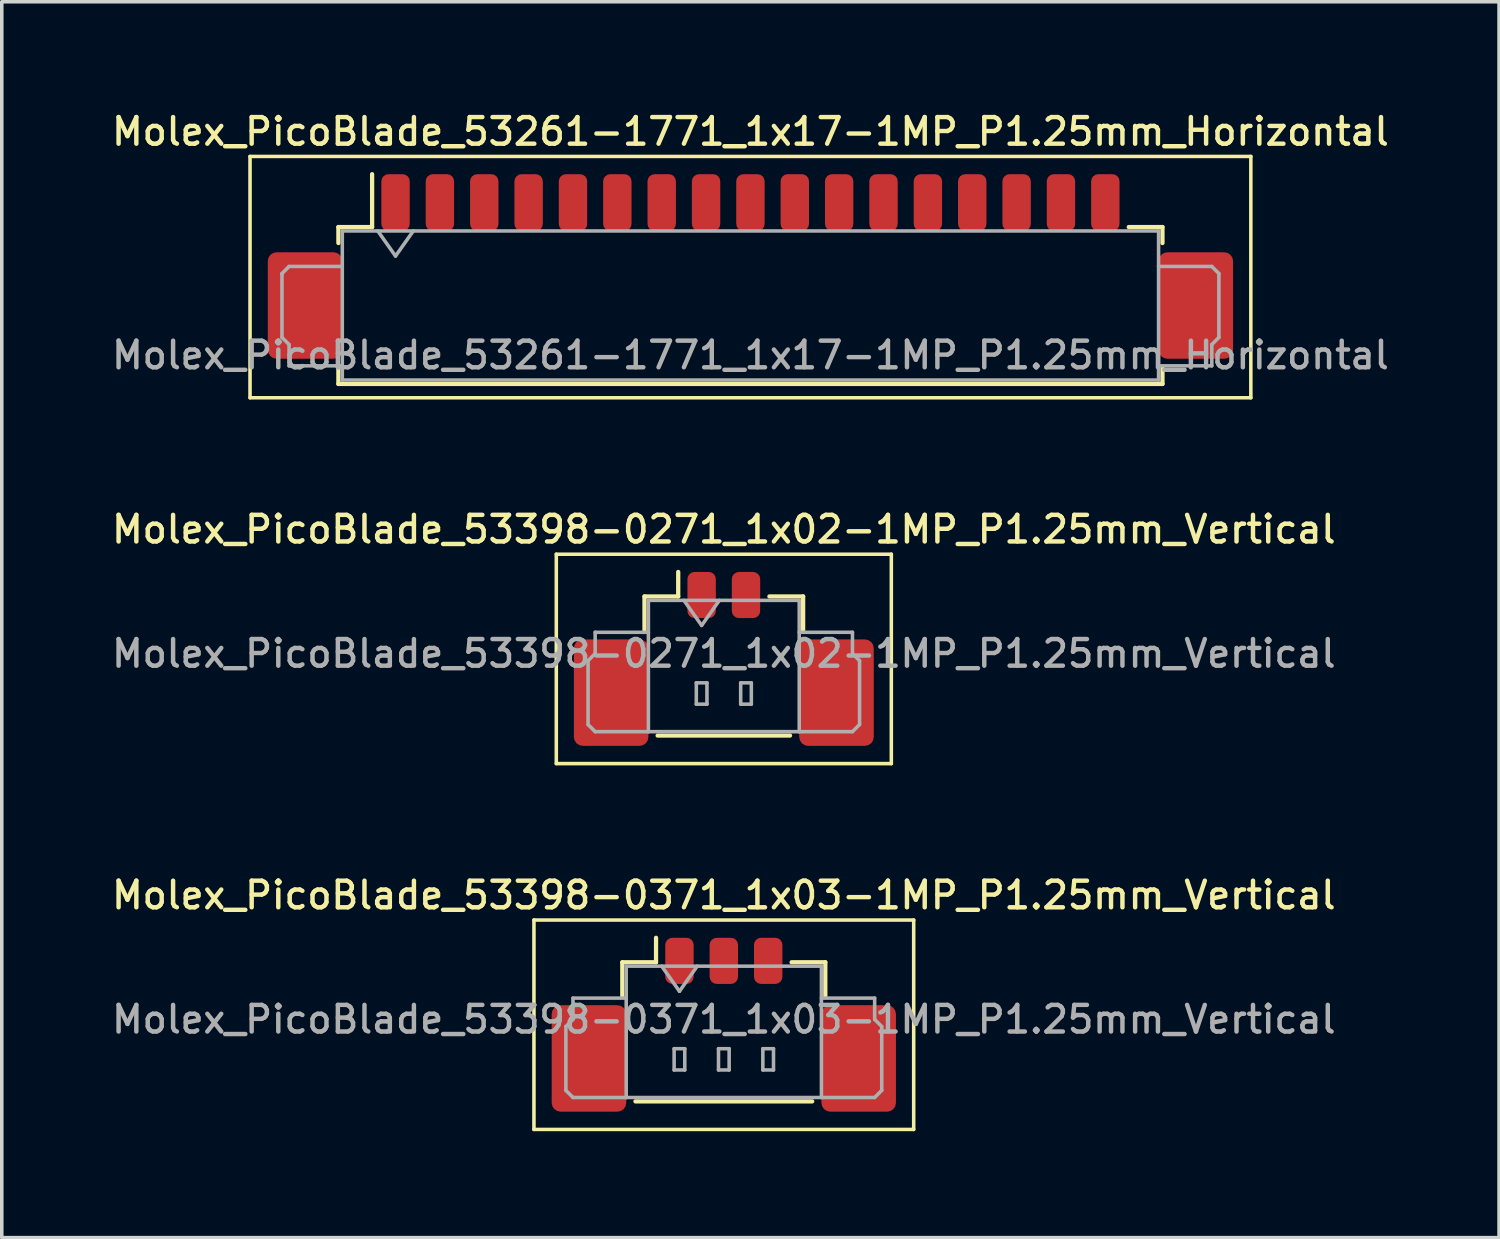
<source format=kicad_pcb>
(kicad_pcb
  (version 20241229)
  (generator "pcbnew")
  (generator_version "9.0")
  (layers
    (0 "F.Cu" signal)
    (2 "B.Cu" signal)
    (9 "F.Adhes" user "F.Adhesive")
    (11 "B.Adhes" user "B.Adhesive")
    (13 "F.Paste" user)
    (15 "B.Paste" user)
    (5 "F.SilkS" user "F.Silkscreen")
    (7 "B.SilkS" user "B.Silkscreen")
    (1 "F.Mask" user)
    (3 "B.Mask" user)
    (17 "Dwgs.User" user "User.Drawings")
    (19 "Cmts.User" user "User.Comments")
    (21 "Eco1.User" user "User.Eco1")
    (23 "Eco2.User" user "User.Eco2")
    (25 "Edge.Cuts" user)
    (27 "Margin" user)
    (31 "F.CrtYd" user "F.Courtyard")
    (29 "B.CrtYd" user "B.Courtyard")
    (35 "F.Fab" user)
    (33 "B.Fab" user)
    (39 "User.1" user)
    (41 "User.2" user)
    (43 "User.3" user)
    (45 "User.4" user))
  (footprint "Molex_PicoBlade_53398-0271_1x02-1MP_P1.25mm_Vertical"
    (layer "F.Cu")
    (at 17.345 14.966)
    (property "Reference" "Molex_PicoBlade_53398-0271_1x02-1MP_P1.25mm_Vertical" (at 0 -3.1 0) (layer "F.SilkS") (effects (font (size 0.75 0.75) (thickness 0.125))))
    (attr smd)
    (fp_line (start -4.72 -2.4) (end -4.72 3.5) (stroke (width 0.1) (type solid)) (layer "F.SilkS"))
    (fp_line (start -4.72 3.5) (end 4.72 3.5) (stroke (width 0.1) (type solid)) (layer "F.SilkS"))
    (fp_line (start -2.235 -1.21) (end -1.285 -1.21) (stroke (width 0.12) (type solid)) (layer "F.SilkS"))
    (fp_line (start -2.235 -0.26) (end -2.235 -1.21) (stroke (width 0.12) (type solid)) (layer "F.SilkS"))
    (fp_line (start -1.865 2.71) (end 1.865 2.71) (stroke (width 0.12) (type solid)) (layer "F.SilkS"))
    (fp_line (start -1.285 -1.21) (end -1.285 -1.9) (stroke (width 0.12) (type solid)) (layer "F.SilkS"))
    (fp_line (start 2.235 -1.21) (end 1.285 -1.21) (stroke (width 0.12) (type solid)) (layer "F.SilkS"))
    (fp_line (start 2.235 -0.26) (end 2.235 -1.21) (stroke (width 0.12) (type solid)) (layer "F.SilkS"))
    (fp_line (start 4.72 -2.4) (end -4.72 -2.4) (stroke (width 0.1) (type solid)) (layer "F.SilkS"))
    (fp_line (start 4.72 3.5) (end 4.72 -2.4) (stroke (width 0.1) (type solid)) (layer "F.SilkS"))
    (fp_line (start -3.825 0.6) (end -3.625 0.4) (stroke (width 0.1) (type solid)) (layer "F.Fab"))
    (fp_line (start -3.825 2.4) (end -3.825 0.6) (stroke (width 0.1) (type solid)) (layer "F.Fab"))
    (fp_line (start -3.625 -0.2) (end -2.125 -0.2) (stroke (width 0.1) (type solid)) (layer "F.Fab"))
    (fp_line (start -3.625 0.4) (end -3.625 -0.2) (stroke (width 0.1) (type solid)) (layer "F.Fab"))
    (fp_line (start -3.625 2.6) (end -3.825 2.4) (stroke (width 0.1) (type solid)) (layer "F.Fab"))
    (fp_line (start -2.125 -1.1) (end -2.125 2.6) (stroke (width 0.1) (type solid)) (layer "F.Fab"))
    (fp_line (start -2.125 -1.1) (end 2.125 -1.1) (stroke (width 0.1) (type solid)) (layer "F.Fab"))
    (fp_line (start -2.125 2.6) (end -3.625 2.6) (stroke (width 0.1) (type solid)) (layer "F.Fab"))
    (fp_line (start -2.125 2.6) (end 2.125 2.6) (stroke (width 0.1) (type solid)) (layer "F.Fab"))
    (fp_line (start -1.125 -1.1) (end -0.625 -0.393) (stroke (width 0.1) (type solid)) (layer "F.Fab"))
    (fp_line (start -0.775 1.225) (end -0.775 1.825) (stroke (width 0.1) (type solid)) (layer "F.Fab"))
    (fp_line (start -0.775 1.825) (end -0.475 1.825) (stroke (width 0.1) (type solid)) (layer "F.Fab"))
    (fp_line (start -0.625 -0.393) (end -0.125 -1.1) (stroke (width 0.1) (type solid)) (layer "F.Fab"))
    (fp_line (start -0.475 1.225) (end -0.775 1.225) (stroke (width 0.1) (type solid)) (layer "F.Fab"))
    (fp_line (start -0.475 1.825) (end -0.475 1.225) (stroke (width 0.1) (type solid)) (layer "F.Fab"))
    (fp_line (start 0.475 1.225) (end 0.475 1.825) (stroke (width 0.1) (type solid)) (layer "F.Fab"))
    (fp_line (start 0.475 1.825) (end 0.775 1.825) (stroke (width 0.1) (type solid)) (layer "F.Fab"))
    (fp_line (start 0.775 1.225) (end 0.475 1.225) (stroke (width 0.1) (type solid)) (layer "F.Fab"))
    (fp_line (start 0.775 1.825) (end 0.775 1.225) (stroke (width 0.1) (type solid)) (layer "F.Fab"))
    (fp_line (start 2.125 -1.1) (end 2.125 2.6) (stroke (width 0.1) (type solid)) (layer "F.Fab"))
    (fp_line (start 2.125 2.6) (end 3.625 2.6) (stroke (width 0.1) (type solid)) (layer "F.Fab"))
    (fp_line (start 3.625 -0.2) (end 2.125 -0.2) (stroke (width 0.1) (type solid)) (layer "F.Fab"))
    (fp_line (start 3.625 0.4) (end 3.625 -0.2) (stroke (width 0.1) (type solid)) (layer "F.Fab"))
    (fp_line (start 3.625 2.6) (end 3.825 2.4) (stroke (width 0.1) (type solid)) (layer "F.Fab"))
    (fp_line (start 3.825 0.6) (end 3.625 0.4) (stroke (width 0.1) (type solid)) (layer "F.Fab"))
    (fp_line (start 3.825 2.4) (end 3.825 0.6) (stroke (width 0.1) (type solid)) (layer "F.Fab"))
    (fp_text user "${REFERENCE}" (at 0 0.4 0) (layer "F.Fab") (effects (font (size 0.75 0.75) (thickness 0.125))))
    (pad "1" smd roundrect (at -0.625 -1.25) (size 0.8 1.3) (layers "F.Cu" "F.Mask" "F.Paste") (roundrect_rratio 0.25))
    (pad "2" smd roundrect (at 0.625 -1.25) (size 0.8 1.3) (layers "F.Cu" "F.Mask" "F.Paste") (roundrect_rratio 0.25))
    (pad "MP" smd roundrect (at -3.175 1.5) (size 2.1 3) (layers "F.Cu" "F.Mask" "F.Paste") (roundrect_rratio 0.119))
    (pad "MP" smd roundrect (at 3.175 1.5) (size 2.1 3) (layers "F.Cu" "F.Mask" "F.Paste") (roundrect_rratio 0.119)))
  (footprint "Molex_PicoBlade_53398-0371_1x03-1MP_P1.25mm_Vertical"
    (layer "F.Cu")
    (at 17.345 25.274)
    (property "Reference" "Molex_PicoBlade_53398-0371_1x03-1MP_P1.25mm_Vertical" (at 0 -3.1 0) (layer "F.SilkS") (effects (font (size 0.75 0.75) (thickness 0.125))))
    (attr smd)
    (fp_line (start -5.35 -2.4) (end -5.35 3.5) (stroke (width 0.1) (type solid)) (layer "F.SilkS"))
    (fp_line (start -5.35 3.5) (end 5.35 3.5) (stroke (width 0.1) (type solid)) (layer "F.SilkS"))
    (fp_line (start -2.86 -1.21) (end -1.91 -1.21) (stroke (width 0.12) (type solid)) (layer "F.SilkS"))
    (fp_line (start -2.86 -0.26) (end -2.86 -1.21) (stroke (width 0.12) (type solid)) (layer "F.SilkS"))
    (fp_line (start -2.49 2.71) (end 2.49 2.71) (stroke (width 0.12) (type solid)) (layer "F.SilkS"))
    (fp_line (start -1.91 -1.21) (end -1.91 -1.9) (stroke (width 0.12) (type solid)) (layer "F.SilkS"))
    (fp_line (start 2.86 -1.21) (end 1.91 -1.21) (stroke (width 0.12) (type solid)) (layer "F.SilkS"))
    (fp_line (start 2.86 -0.26) (end 2.86 -1.21) (stroke (width 0.12) (type solid)) (layer "F.SilkS"))
    (fp_line (start 5.35 -2.4) (end -5.35 -2.4) (stroke (width 0.1) (type solid)) (layer "F.SilkS"))
    (fp_line (start 5.35 3.5) (end 5.35 -2.4) (stroke (width 0.1) (type solid)) (layer "F.SilkS"))
    (fp_line (start -4.45 0.6) (end -4.25 0.4) (stroke (width 0.1) (type solid)) (layer "F.Fab"))
    (fp_line (start -4.45 2.4) (end -4.45 0.6) (stroke (width 0.1) (type solid)) (layer "F.Fab"))
    (fp_line (start -4.25 -0.2) (end -2.75 -0.2) (stroke (width 0.1) (type solid)) (layer "F.Fab"))
    (fp_line (start -4.25 0.4) (end -4.25 -0.2) (stroke (width 0.1) (type solid)) (layer "F.Fab"))
    (fp_line (start -4.25 2.6) (end -4.45 2.4) (stroke (width 0.1) (type solid)) (layer "F.Fab"))
    (fp_line (start -2.75 -1.1) (end -2.75 2.6) (stroke (width 0.1) (type solid)) (layer "F.Fab"))
    (fp_line (start -2.75 -1.1) (end 2.75 -1.1) (stroke (width 0.1) (type solid)) (layer "F.Fab"))
    (fp_line (start -2.75 2.6) (end -4.25 2.6) (stroke (width 0.1) (type solid)) (layer "F.Fab"))
    (fp_line (start -2.75 2.6) (end 2.75 2.6) (stroke (width 0.1) (type solid)) (layer "F.Fab"))
    (fp_line (start -1.75 -1.1) (end -1.25 -0.393) (stroke (width 0.1) (type solid)) (layer "F.Fab"))
    (fp_line (start -1.4 1.225) (end -1.4 1.825) (stroke (width 0.1) (type solid)) (layer "F.Fab"))
    (fp_line (start -1.4 1.825) (end -1.1 1.825) (stroke (width 0.1) (type solid)) (layer "F.Fab"))
    (fp_line (start -1.25 -0.393) (end -0.75 -1.1) (stroke (width 0.1) (type solid)) (layer "F.Fab"))
    (fp_line (start -1.1 1.225) (end -1.4 1.225) (stroke (width 0.1) (type solid)) (layer "F.Fab"))
    (fp_line (start -1.1 1.825) (end -1.1 1.225) (stroke (width 0.1) (type solid)) (layer "F.Fab"))
    (fp_line (start -0.15 1.225) (end -0.15 1.825) (stroke (width 0.1) (type solid)) (layer "F.Fab"))
    (fp_line (start -0.15 1.825) (end 0.15 1.825) (stroke (width 0.1) (type solid)) (layer "F.Fab"))
    (fp_line (start 0.15 1.225) (end -0.15 1.225) (stroke (width 0.1) (type solid)) (layer "F.Fab"))
    (fp_line (start 0.15 1.825) (end 0.15 1.225) (stroke (width 0.1) (type solid)) (layer "F.Fab"))
    (fp_line (start 1.1 1.225) (end 1.1 1.825) (stroke (width 0.1) (type solid)) (layer "F.Fab"))
    (fp_line (start 1.1 1.825) (end 1.4 1.825) (stroke (width 0.1) (type solid)) (layer "F.Fab"))
    (fp_line (start 1.4 1.225) (end 1.1 1.225) (stroke (width 0.1) (type solid)) (layer "F.Fab"))
    (fp_line (start 1.4 1.825) (end 1.4 1.225) (stroke (width 0.1) (type solid)) (layer "F.Fab"))
    (fp_line (start 2.75 -1.1) (end 2.75 2.6) (stroke (width 0.1) (type solid)) (layer "F.Fab"))
    (fp_line (start 2.75 2.6) (end 4.25 2.6) (stroke (width 0.1) (type solid)) (layer "F.Fab"))
    (fp_line (start 4.25 -0.2) (end 2.75 -0.2) (stroke (width 0.1) (type solid)) (layer "F.Fab"))
    (fp_line (start 4.25 0.4) (end 4.25 -0.2) (stroke (width 0.1) (type solid)) (layer "F.Fab"))
    (fp_line (start 4.25 2.6) (end 4.45 2.4) (stroke (width 0.1) (type solid)) (layer "F.Fab"))
    (fp_line (start 4.45 0.6) (end 4.25 0.4) (stroke (width 0.1) (type solid)) (layer "F.Fab"))
    (fp_line (start 4.45 2.4) (end 4.45 0.6) (stroke (width 0.1) (type solid)) (layer "F.Fab"))
    (fp_text user "${REFERENCE}" (at 0 0.4 0) (layer "F.Fab") (effects (font (size 0.75 0.75) (thickness 0.125))))
    (pad "1" smd roundrect (at -1.25 -1.25) (size 0.8 1.3) (layers "F.Cu" "F.Mask" "F.Paste") (roundrect_rratio 0.25))
    (pad "2" smd roundrect (at 0 -1.25) (size 0.8 1.3) (layers "F.Cu" "F.Mask" "F.Paste") (roundrect_rratio 0.25))
    (pad "3" smd roundrect (at 1.25 -1.25) (size 0.8 1.3) (layers "F.Cu" "F.Mask" "F.Paste") (roundrect_rratio 0.25))
    (pad "MP" smd roundrect (at -3.8 1.5) (size 2.1 3) (layers "F.Cu" "F.Mask" "F.Paste") (roundrect_rratio 0.119))
    (pad "MP" smd roundrect (at 3.8 1.5) (size 2.1 3) (layers "F.Cu" "F.Mask" "F.Paste") (roundrect_rratio 0.119)))
  (footprint "Molex_PicoBlade_53261-1771_1x17-1MP_P1.25mm_Horizontal"
    (layer "F.Cu")
    (at 18.095 5.058)
    (property "Reference" "Molex_PicoBlade_53261-1771_1x17-1MP_P1.25mm_Horizontal" (at 0 -4.4 0) (layer "F.SilkS") (effects (font (size 0.75 0.75) (thickness 0.125))))
    (attr smd)
    (fp_line (start -14.1 -3.7) (end -14.1 3.1) (stroke (width 0.1) (type solid)) (layer "F.SilkS"))
    (fp_line (start -14.1 3.1) (end 14.1 3.1) (stroke (width 0.1) (type solid)) (layer "F.SilkS"))
    (fp_line (start -11.61 -1.71) (end -10.66 -1.71) (stroke (width 0.12) (type solid)) (layer "F.SilkS"))
    (fp_line (start -11.61 -1.26) (end -11.61 -1.71) (stroke (width 0.12) (type solid)) (layer "F.SilkS"))
    (fp_line (start -11.61 2.26) (end -11.61 2.71) (stroke (width 0.12) (type solid)) (layer "F.SilkS"))
    (fp_line (start -11.61 2.71) (end 11.61 2.71) (stroke (width 0.12) (type solid)) (layer "F.SilkS"))
    (fp_line (start -10.66 -1.71) (end -10.66 -3.2) (stroke (width 0.12) (type solid)) (layer "F.SilkS"))
    (fp_line (start 11.61 -1.71) (end 10.66 -1.71) (stroke (width 0.12) (type solid)) (layer "F.SilkS"))
    (fp_line (start 11.61 -1.26) (end 11.61 -1.71) (stroke (width 0.12) (type solid)) (layer "F.SilkS"))
    (fp_line (start 11.61 2.71) (end 11.61 2.26) (stroke (width 0.12) (type solid)) (layer "F.SilkS"))
    (fp_line (start 14.1 -3.7) (end -14.1 -3.7) (stroke (width 0.1) (type solid)) (layer "F.SilkS"))
    (fp_line (start 14.1 3.1) (end 14.1 -3.7) (stroke (width 0.1) (type solid)) (layer "F.SilkS"))
    (fp_line (start -13.2 -0.4) (end -13.2 1.4) (stroke (width 0.1) (type solid)) (layer "F.Fab"))
    (fp_line (start -13.2 1.4) (end -13 1.6) (stroke (width 0.1) (type solid)) (layer "F.Fab"))
    (fp_line (start -13 -0.6) (end -13.2 -0.4) (stroke (width 0.1) (type solid)) (layer "F.Fab"))
    (fp_line (start -13 1.6) (end -13 2.2) (stroke (width 0.1) (type solid)) (layer "F.Fab"))
    (fp_line (start -13 2.2) (end -11.5 2.2) (stroke (width 0.1) (type solid)) (layer "F.Fab"))
    (fp_line (start -11.5 -1.6) (end -11.5 2.6) (stroke (width 0.1) (type solid)) (layer "F.Fab"))
    (fp_line (start -11.5 -1.6) (end 11.5 -1.6) (stroke (width 0.1) (type solid)) (layer "F.Fab"))
    (fp_line (start -11.5 -0.6) (end -13 -0.6) (stroke (width 0.1) (type solid)) (layer "F.Fab"))
    (fp_line (start -11.5 2.6) (end 11.5 2.6) (stroke (width 0.1) (type solid)) (layer "F.Fab"))
    (fp_line (start -10.5 -1.6) (end -10 -0.893) (stroke (width 0.1) (type solid)) (layer "F.Fab"))
    (fp_line (start -10 -0.893) (end -9.5 -1.6) (stroke (width 0.1) (type solid)) (layer "F.Fab"))
    (fp_line (start 11.5 -1.6) (end 11.5 2.6) (stroke (width 0.1) (type solid)) (layer "F.Fab"))
    (fp_line (start 11.5 -0.6) (end 13 -0.6) (stroke (width 0.1) (type solid)) (layer "F.Fab"))
    (fp_line (start 13 -0.6) (end 13.2 -0.4) (stroke (width 0.1) (type solid)) (layer "F.Fab"))
    (fp_line (start 13 1.6) (end 13 2.2) (stroke (width 0.1) (type solid)) (layer "F.Fab"))
    (fp_line (start 13 2.2) (end 11.5 2.2) (stroke (width 0.1) (type solid)) (layer "F.Fab"))
    (fp_line (start 13.2 -0.4) (end 13.2 1.4) (stroke (width 0.1) (type solid)) (layer "F.Fab"))
    (fp_line (start 13.2 1.4) (end 13 1.6) (stroke (width 0.1) (type solid)) (layer "F.Fab"))
    (fp_text user "${REFERENCE}" (at 0 1.9 0) (layer "F.Fab") (effects (font (size 0.75 0.75) (thickness 0.125))))
    (pad "1" smd roundrect (at -10 -2.4) (size 0.8 1.6) (layers "F.Cu" "F.Mask" "F.Paste") (roundrect_rratio 0.25))
    (pad "2" smd roundrect (at -8.75 -2.4) (size 0.8 1.6) (layers "F.Cu" "F.Mask" "F.Paste") (roundrect_rratio 0.25))
    (pad "3" smd roundrect (at -7.5 -2.4) (size 0.8 1.6) (layers "F.Cu" "F.Mask" "F.Paste") (roundrect_rratio 0.25))
    (pad "4" smd roundrect (at -6.25 -2.4) (size 0.8 1.6) (layers "F.Cu" "F.Mask" "F.Paste") (roundrect_rratio 0.25))
    (pad "5" smd roundrect (at -5 -2.4) (size 0.8 1.6) (layers "F.Cu" "F.Mask" "F.Paste") (roundrect_rratio 0.25))
    (pad "6" smd roundrect (at -3.75 -2.4) (size 0.8 1.6) (layers "F.Cu" "F.Mask" "F.Paste") (roundrect_rratio 0.25))
    (pad "7" smd roundrect (at -2.5 -2.4) (size 0.8 1.6) (layers "F.Cu" "F.Mask" "F.Paste") (roundrect_rratio 0.25))
    (pad "8" smd roundrect (at -1.25 -2.4) (size 0.8 1.6) (layers "F.Cu" "F.Mask" "F.Paste") (roundrect_rratio 0.25))
    (pad "9" smd roundrect (at 0 -2.4) (size 0.8 1.6) (layers "F.Cu" "F.Mask" "F.Paste") (roundrect_rratio 0.25))
    (pad "10" smd roundrect (at 1.25 -2.4) (size 0.8 1.6) (layers "F.Cu" "F.Mask" "F.Paste") (roundrect_rratio 0.25))
    (pad "11" smd roundrect (at 2.5 -2.4) (size 0.8 1.6) (layers "F.Cu" "F.Mask" "F.Paste") (roundrect_rratio 0.25))
    (pad "12" smd roundrect (at 3.75 -2.4) (size 0.8 1.6) (layers "F.Cu" "F.Mask" "F.Paste") (roundrect_rratio 0.25))
    (pad "13" smd roundrect (at 5 -2.4) (size 0.8 1.6) (layers "F.Cu" "F.Mask" "F.Paste") (roundrect_rratio 0.25))
    (pad "14" smd roundrect (at 6.25 -2.4) (size 0.8 1.6) (layers "F.Cu" "F.Mask" "F.Paste") (roundrect_rratio 0.25))
    (pad "15" smd roundrect (at 7.5 -2.4) (size 0.8 1.6) (layers "F.Cu" "F.Mask" "F.Paste") (roundrect_rratio 0.25))
    (pad "16" smd roundrect (at 8.75 -2.4) (size 0.8 1.6) (layers "F.Cu" "F.Mask" "F.Paste") (roundrect_rratio 0.25))
    (pad "17" smd roundrect (at 10 -2.4) (size 0.8 1.6) (layers "F.Cu" "F.Mask" "F.Paste") (roundrect_rratio 0.25))
    (pad "MP" smd roundrect (at -12.55 0.5) (size 2.1 3) (layers "F.Cu" "F.Mask" "F.Paste") (roundrect_rratio 0.119))
    (pad "MP" smd roundrect (at 12.55 0.5) (size 2.1 3) (layers "F.Cu" "F.Mask" "F.Paste") (roundrect_rratio 0.119)))
  (gr_rect
    (start -3 -3)
    (end 39.189 31.824)
    (stroke (width 0.1) (type default))
    (fill no)
    (layer "Edge.Cuts")))
</source>
